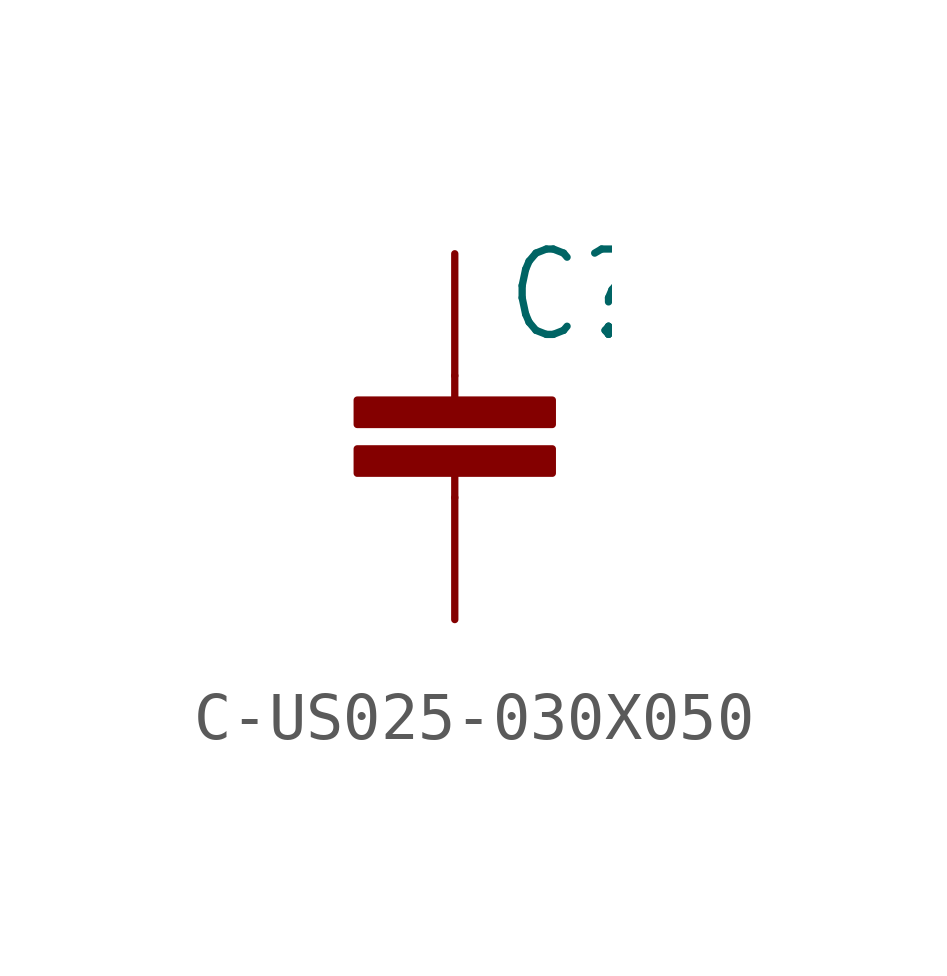
<source format=kicad_sym>
(kicad_symbol_lib
  (version 20231120)
  (generator "kicad_symbol_editor")
  (generator_version "8.99")
  (symbol "C-US025-030X050"
    (property "Reference" "C"
      (at 1.016 0.635 0)
      (effects (font (size 1.778 1.511)) (justify left bottom)))
    (property "Value" ""
      (at 1.016 -4.191 0)
      (effects (font (size 1.778 1.511)) (justify left bottom)))
    (property "ki_locked" ""
      (at 0 0 0)
      (effects (font (size 1.27 1.27))))
    (symbol "C-US025-030X050_1_0"
      (rectangle (start -2.032 -2.032) (end 2.032 -1.524) (stroke (width 0) (type default)) (fill (type outline)))
      (rectangle (start -2.032 -1.016) (end 2.032 -0.508) (stroke (width 0) (type default)) (fill (type outline)))
      (polyline (pts (xy 0 -2.54) (xy 0 -2.032)) (stroke (width 0.152) (type solid)) (fill (type none)))
      (polyline (pts (xy 0 0) (xy 0 -0.508)) (stroke (width 0.152) (type solid)) (fill (type none)))
      (pin passive line (at 0 2.54 270) (length 2.54) (name "1" (effects (font (size 0 0)))) (number "1" (effects (font (size 0 0)))))
      (pin passive line (at 0 -5.08 90) (length 2.54) (name "2" (effects (font (size 0 0)))) (number "2" (effects (font (size 0 0))))))))
</source>
